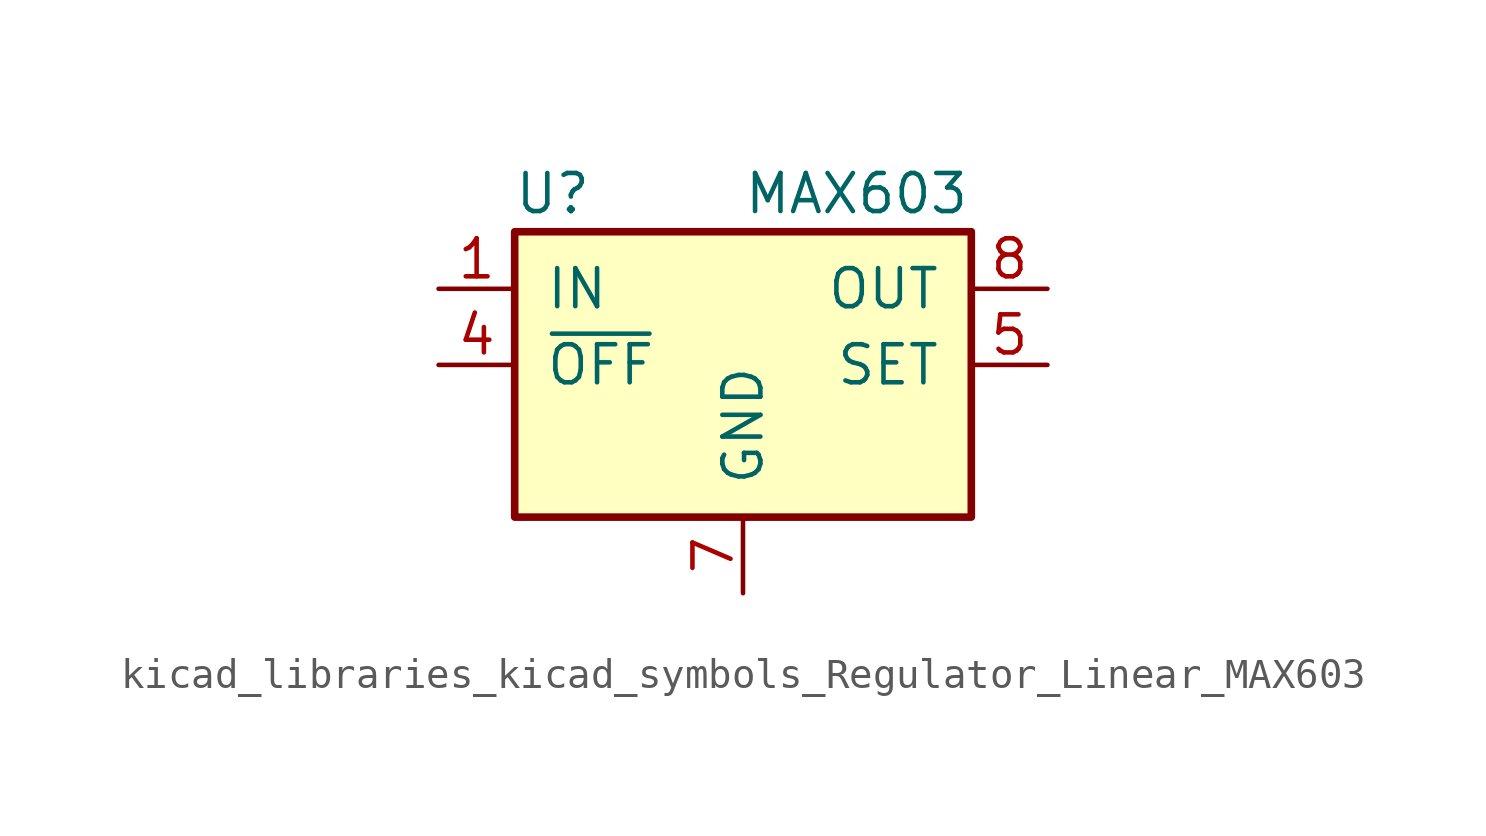
<source format=kicad_sym>
(kicad_symbol_lib
  (version 20220914)
  (generator kicad_symbol_editor)
  (symbol "kicad_libraries_kicad_symbols_Regulator_Linear_MAX603"
    (pin_names
      (offset 1.016))
    (property "Reference" "U"
      (at -6.35 5.715 0)
      (effects (font (size 1.27 1.27))))
    (property "Value" "MAX603"
      (at 0 5.715 0)
      (effects (font (size 1.27 1.27)) (justify left)))
    (symbol "kicad_libraries_kicad_symbols_Regulator_Linear_MAX603_0_1"
      (rectangle (start -7.62 4.445) (end 7.62 -5.08) (stroke (width 0.254) (type default)) (fill (type background))))
    (symbol "kicad_libraries_kicad_symbols_Regulator_Linear_MAX603_1_1"
      (pin power_in line (at -10.16 2.54 0) (length 2.54) (name "IN" (effects (font (size 1.27 1.27)))) (number "1" (effects (font (size 1.27 1.27)))))
      (pin passive line (at 0 -7.62 90) (length 2.54) hide (name "GND" (effects (font (size 1.27 1.27)))) (number "2" (effects (font (size 1.27 1.27)))))
      (pin passive line (at 0 -7.62 90) (length 2.54) hide (name "GND" (effects (font (size 1.27 1.27)))) (number "3" (effects (font (size 1.27 1.27)))))
      (pin input line (at -10.16 0 0) (length 2.54) (name "~{OFF}" (effects (font (size 1.27 1.27)))) (number "4" (effects (font (size 1.27 1.27)))))
      (pin passive line (at 10.16 0 180) (length 2.54) (name "SET" (effects (font (size 1.27 1.27)))) (number "5" (effects (font (size 1.27 1.27)))))
      (pin passive line (at 0 -7.62 90) (length 2.54) hide (name "GND" (effects (font (size 1.27 1.27)))) (number "6" (effects (font (size 1.27 1.27)))))
      (pin power_in line (at 0 -7.62 90) (length 2.54) (name "GND" (effects (font (size 1.27 1.27)))) (number "7" (effects (font (size 1.27 1.27)))))
      (pin power_out line (at 10.16 2.54 180) (length 2.54) (name "OUT" (effects (font (size 1.27 1.27)))) (number "8" (effects (font (size 1.27 1.27))))))))
</source>
